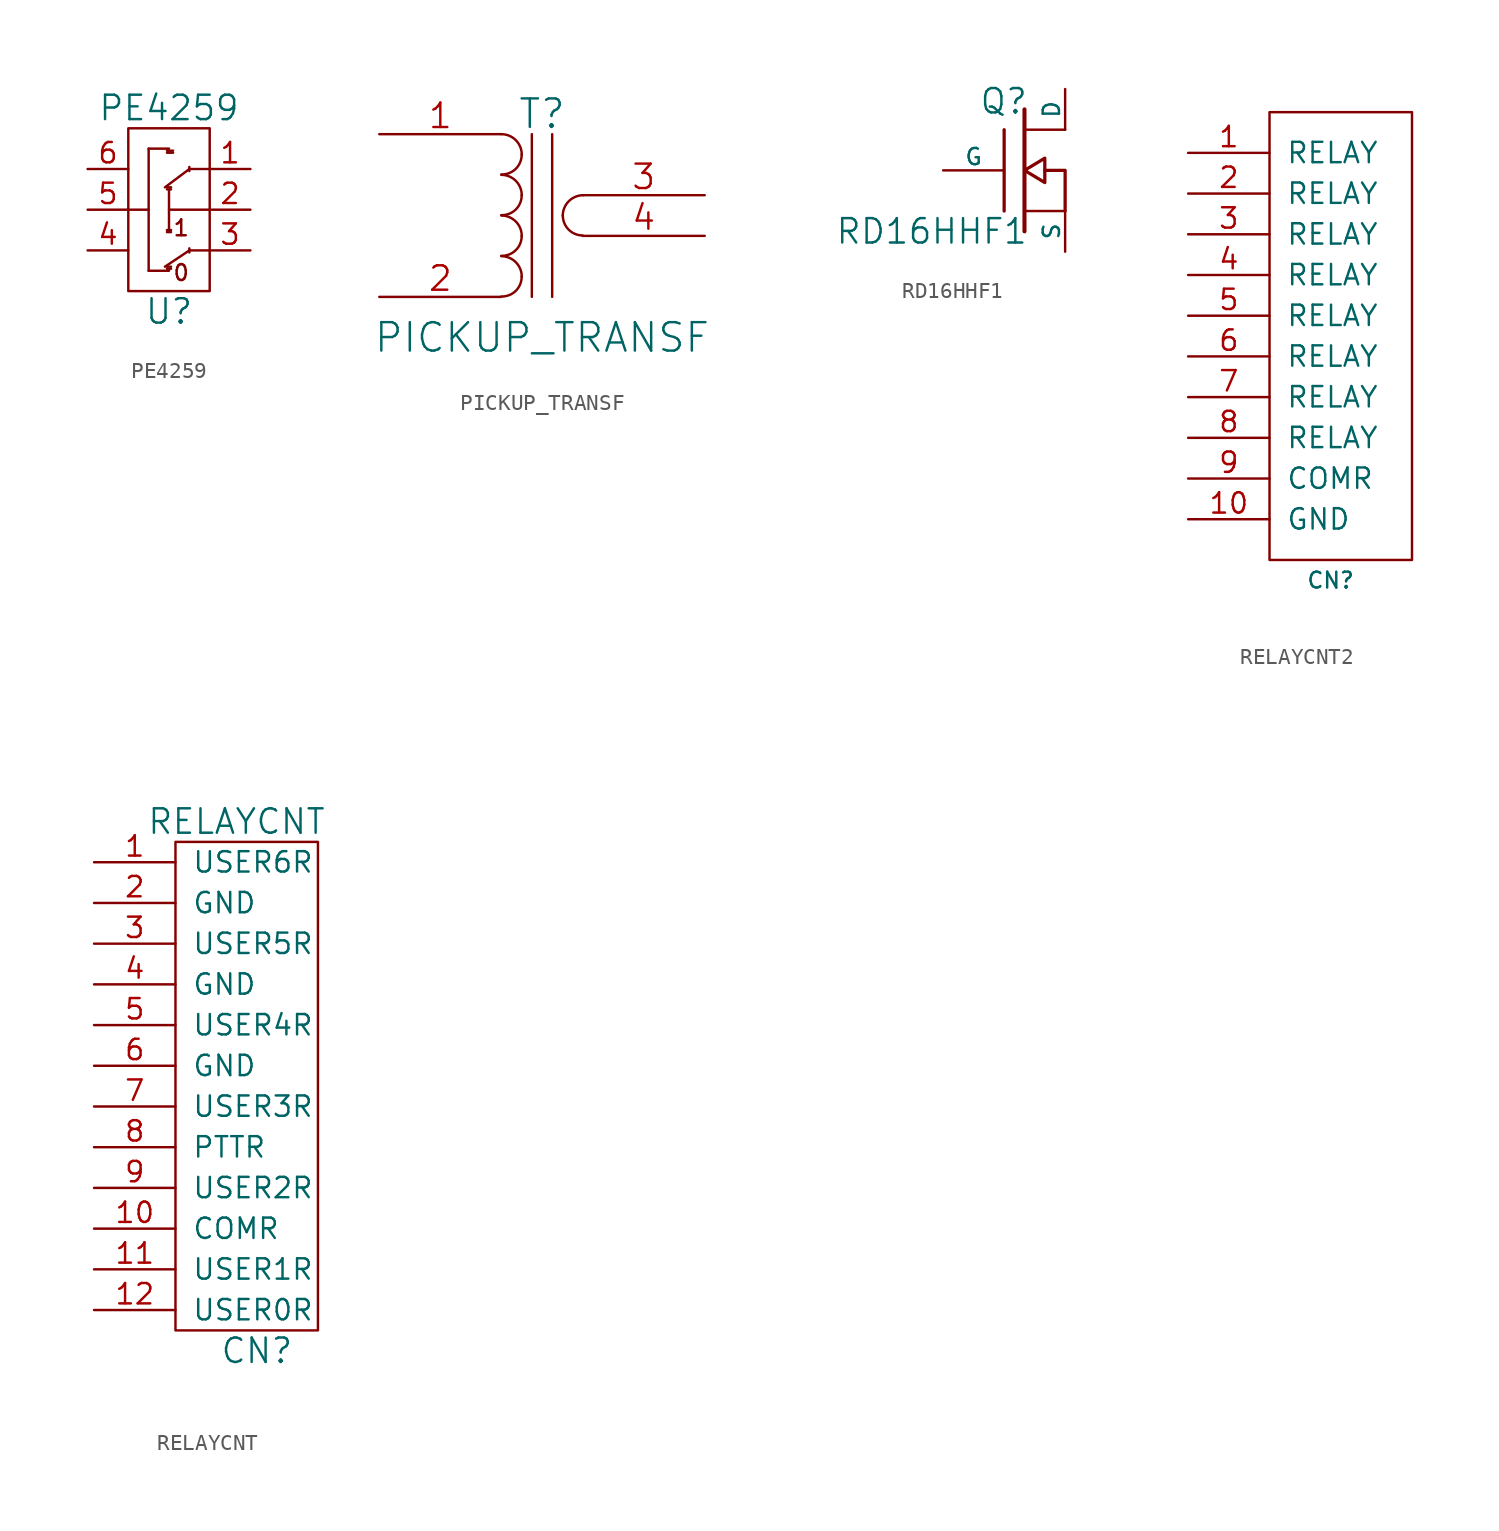
<source format=kicad_sym>
(kicad_symbol_lib
  (version 20210619)
  (generator kicad_symbol_editor)
  (symbol "hermeslite:PE4259"
    (pin_names
      (offset 1.016))
    (property "Reference" "U"
      (at 0 -6.35 0)
      (effects (font (size 1.524 1.524))))
    (property "Value" "PE4259"
      (at 0 6.35 0)
      (effects (font (size 1.524 1.524))))
    (property "Footprint" ""
      (at 0 0 0)
      (effects (font (size 1.524 1.524))))
    (property "Datasheet" ""
      (at 0 0 0)
      (effects (font (size 1.524 1.524))))
    (symbol "PE4259_0_0"
      (text "0" (at 0.762 -3.937 0) (effects (font (size 0.991 0.991))))
      (text "1" (at 0.762 -1.143 0) (effects (font (size 0.991 0.991))))
      (rectangle (start -2.54 5.08) (end 2.54 -5.08) (stroke (width 0)) (fill (type none))))
    (symbol "PE4259_0_1"
      (polyline (pts (xy -2.54 0) (xy -1.27 0)) (stroke (width 0)) (fill (type none)))
      (polyline (pts (xy -1.27 -3.81) (xy 0 -3.81)) (stroke (width 0)) (fill (type none)))
      (polyline (pts (xy -1.27 3.81) (xy -1.27 -3.81)) (stroke (width 0)) (fill (type none)))
      (polyline (pts (xy -1.27 3.81) (xy 0 3.81)) (stroke (width 0)) (fill (type none)))
      (polyline (pts (xy -0.127 -3.683) (xy 0.127 -3.683)) (stroke (width 0)) (fill (type none)))
      (polyline (pts (xy -0.127 -3.556) (xy 0.127 -3.556)) (stroke (width 0)) (fill (type none)))
      (polyline (pts (xy -0.127 -1.397) (xy 0.127 -1.397)) (stroke (width 0)) (fill (type none)))
      (polyline (pts (xy -0.127 -1.27) (xy 0.127 -1.27)) (stroke (width 0)) (fill (type none)))
      (polyline (pts (xy -0.127 1.27) (xy 0.127 1.27)) (stroke (width 0)) (fill (type none)))
      (polyline (pts (xy -0.127 1.397) (xy 0.127 1.397)) (stroke (width 0)) (fill (type none)))
      (polyline (pts (xy -0.127 3.556) (xy 0.254 3.556)) (stroke (width 0)) (fill (type none)))
      (polyline (pts (xy -0.127 3.683) (xy 0.254 3.683)) (stroke (width 0)) (fill (type none)))
      (polyline (pts (xy 0 0) (xy 2.54 0)) (stroke (width 0)) (fill (type none)))
      (polyline (pts (xy 0 1.27) (xy 0 -1.27)) (stroke (width 0)) (fill (type none)))
      (polyline (pts (xy 1.27 -2.54) (xy -0.254 -3.556)) (stroke (width 0)) (fill (type none)))
      (polyline (pts (xy 1.27 -2.54) (xy 2.54 -2.54)) (stroke (width 0)) (fill (type none)))
      (polyline (pts (xy 1.27 -2.413) (xy 1.27 -2.667)) (stroke (width 0)) (fill (type none)))
      (polyline (pts (xy 1.27 2.54) (xy -0.254 1.397)) (stroke (width 0)) (fill (type none)))
      (polyline (pts (xy 1.27 2.54) (xy 2.54 2.54)) (stroke (width 0)) (fill (type none)))
      (polyline (pts (xy 1.27 2.667) (xy 1.27 2.413)) (stroke (width 0)) (fill (type none))))
    (symbol "PE4259_1_1"
      (pin input line (at 5.08 2.54 180) (length 2.54) (name "~" (effects (font (size 1.27 1.27)))) (number "1" (effects (font (size 1.27 1.27)))))
      (pin input line (at 5.08 0 180) (length 2.54) (name "~" (effects (font (size 1.27 1.27)))) (number "2" (effects (font (size 1.27 1.27)))))
      (pin input line (at 5.08 -2.54 180) (length 2.54) (name "~" (effects (font (size 1.27 1.27)))) (number "3" (effects (font (size 1.27 1.27)))))
      (pin input line (at -5.08 -2.54 0) (length 2.54) (name "~" (effects (font (size 1.27 1.27)))) (number "4" (effects (font (size 1.27 1.27)))))
      (pin input line (at -5.08 0 0) (length 2.54) (name "~" (effects (font (size 1.27 1.27)))) (number "5" (effects (font (size 1.27 1.27)))))
      (pin input line (at -5.08 2.54 0) (length 2.54) (name "~" (effects (font (size 1.27 1.27)))) (number "6" (effects (font (size 1.27 1.27)))))))
  (symbol "hermeslite:PICKUP_TRANSF"
    (pin_names
      (offset 1.016) hide)
    (property "Reference" "T"
      (at 0 6.35 0)
      (effects (font (size 1.778 1.778))))
    (property "Value" "PICKUP_TRANSF"
      (at 0 -7.62 0)
      (effects (font (size 1.778 1.778))))
    (property "Footprint" ""
      (at 0 0 0)
      (effects (font (size 1.524 1.524))))
    (property "Datasheet" ""
      (at 0 0 0)
      (effects (font (size 1.524 1.524))))
    (symbol "PICKUP_TRANSF_0_1"
      (arc (start -2.54 -2.54) (end -1.27 -3.81) (radius (at -2.54 -3.81) (length 1.27) (angles 89.9 0.1)) (stroke (width 0)) (fill (type none)))
      (arc (start -1.27 -3.81) (end -2.54 -5.0546) (radius (at -2.54 -3.81) (length 1.27) (angles -0.1 -89.9)) (stroke (width 0)) (fill (type none)))
      (arc (start -2.54 0) (end -1.27 -1.27) (radius (at -2.54 -1.27) (length 1.27) (angles 89.9 0.1)) (stroke (width 0)) (fill (type none)))
      (arc (start -1.27 -1.27) (end -2.54 -2.5146) (radius (at -2.54 -1.27) (length 1.27) (angles -0.1 -89.9)) (stroke (width 0)) (fill (type none)))
      (arc (start -2.54 2.54) (end -1.27 1.27) (radius (at -2.54 1.27) (length 1.27) (angles 89.9 0.1)) (stroke (width 0)) (fill (type none)))
      (arc (start -1.27 1.27) (end -2.54 0.0254) (radius (at -2.54 1.27) (length 1.27) (angles -0.1 -89.9)) (stroke (width 0)) (fill (type none)))
      (arc (start -2.54 5.08) (end -1.27 3.81) (radius (at -2.54 3.81) (length 1.27) (angles 89.9 0.1)) (stroke (width 0)) (fill (type none)))
      (arc (start -1.27 3.81) (end -2.54 2.5654) (radius (at -2.54 3.81) (length 1.27) (angles -0.1 -89.9)) (stroke (width 0)) (fill (type none)))
      (arc (start 2.54 1.27) (end 1.2954 0) (radius (at 2.54 0) (length 1.27) (angles 89.9 -179.9)) (stroke (width 0)) (fill (type none)))
      (arc (start 1.2954 0) (end 2.54 -1.2446) (radius (at 2.54 0) (length 1.27) (angles 179.9 -89.9)) (stroke (width 0)) (fill (type none)))
      (polyline (pts (xy -0.635 5.08) (xy -0.635 -5.08)) (stroke (width 0)) (fill (type none)))
      (polyline (pts (xy 0.635 -5.08) (xy 0.635 5.08)) (stroke (width 0)) (fill (type none))))
    (symbol "PICKUP_TRANSF_1_1"
      (pin passive line (at -10.16 5.08 0) (length 7.62) (name "AA" (effects (font (size 1.524 1.524)))) (number "1" (effects (font (size 1.524 1.524)))))
      (pin passive line (at -10.16 -5.08 0) (length 7.62) (name "AB" (effects (font (size 1.524 1.524)))) (number "2" (effects (font (size 1.524 1.524)))))
      (pin passive line (at 10.16 1.27 180) (length 7.62) (name "SB" (effects (font (size 1.524 1.524)))) (number "3" (effects (font (size 1.524 1.524)))))
      (pin passive line (at 10.16 -1.27 180) (length 7.62) (name "SA" (effects (font (size 1.524 1.524)))) (number "4" (effects (font (size 1.524 1.524)))))))
  (symbol "hermeslite:RD16HHF1"
    (pin_numbers hide)
    (pin_names
      (offset 0))
    (property "Reference" "Q"
      (at 0.254 4.318 0)
      (effects (font (size 1.524 1.524)) (justify right)))
    (property "Value" "RD16HHF1"
      (at 0.254 -3.81 0)
      (effects (font (size 1.524 1.524)) (justify right)))
    (property "Footprint" ""
      (at 0 0 0)
      (effects (font (size 1.524 1.524))))
    (property "Datasheet" ""
      (at 0 0 0)
      (effects (font (size 1.524 1.524))))
    (symbol "RD16HHF1_0_1"
      (polyline (pts (xy -1.27 -2.54) (xy -1.27 2.54)) (stroke (width 0.203)) (fill (type none)))
      (polyline (pts (xy 0 -3.81) (xy 0 3.81)) (stroke (width 0.254)) (fill (type none)))
      (polyline (pts (xy 2.54 -2.54) (xy 0 -2.54)) (stroke (width 0)) (fill (type none)))
      (polyline (pts (xy 2.54 2.54) (xy 0 2.54)) (stroke (width 0)) (fill (type none)))
      (polyline (pts (xy 2.54 -2.54) (xy 2.54 0) (xy 1.27 0)) (stroke (width 0.203)) (fill (type none)))
      (polyline (pts (xy 1.27 0.762) (xy 1.27 -0.762) (xy 0 0) (xy 1.27 0.762) (xy 1.27 0.762)) (stroke (width 0.203)) (fill (type none))))
    (symbol "RD16HHF1_1_1"
      (pin input line (at -5.08 0 0) (length 3.81) (name "G" (effects (font (size 1.016 1.016)))) (number "1" (effects (font (size 1.016 1.016)))))
      (pin passive line (at 2.54 -5.08 90) (length 2.54) (name "S" (effects (font (size 1.016 1.016)))) (number "2" (effects (font (size 1.016 1.016)))))
      (pin passive line (at 2.54 5.08 270) (length 2.54) (name "D" (effects (font (size 1.016 1.016)))) (number "3" (effects (font (size 1.016 1.016)))))))
  (symbol "hermeslite:RELAYCNT2"
    (pin_names
      (offset 1.016))
    (property "Reference" "CN"
      (at 3.81 -1.27 0)
      (effects (font (size 0.991 0.991))))
    (property "Footprint" ""
      (at 0 0 0)
      (effects (font (size 1.524 1.524))))
    (property "Datasheet" ""
      (at 0 0 0)
      (effects (font (size 1.524 1.524))))
    (symbol "RELAYCNT2_0_1"
      (rectangle (start 0 27.94) (end 8.89 0) (stroke (width 0)) (fill (type none))))
    (symbol "RELAYCNT2_1_1"
      (pin input line (at -5.08 25.4 0) (length 5.08) (name "RELAY" (effects (font (size 1.27 1.27)))) (number "1" (effects (font (size 1.27 1.27)))))
      (pin input line (at -5.08 2.54 0) (length 5.08) (name "GND" (effects (font (size 1.27 1.27)))) (number "10" (effects (font (size 1.27 1.27)))))
      (pin input line (at -5.08 22.86 0) (length 5.08) (name "RELAY" (effects (font (size 1.27 1.27)))) (number "2" (effects (font (size 1.27 1.27)))))
      (pin input line (at -5.08 20.32 0) (length 5.08) (name "RELAY" (effects (font (size 1.27 1.27)))) (number "3" (effects (font (size 1.27 1.27)))))
      (pin input line (at -5.08 17.78 0) (length 5.08) (name "RELAY" (effects (font (size 1.27 1.27)))) (number "4" (effects (font (size 1.27 1.27)))))
      (pin input line (at -5.08 15.24 0) (length 5.08) (name "RELAY" (effects (font (size 1.27 1.27)))) (number "5" (effects (font (size 1.27 1.27)))))
      (pin input line (at -5.08 12.7 0) (length 5.08) (name "RELAY" (effects (font (size 1.27 1.27)))) (number "6" (effects (font (size 1.27 1.27)))))
      (pin input line (at -5.08 10.16 0) (length 5.08) (name "RELAY" (effects (font (size 1.27 1.27)))) (number "7" (effects (font (size 1.27 1.27)))))
      (pin input line (at -5.08 7.62 0) (length 5.08) (name "RELAY" (effects (font (size 1.27 1.27)))) (number "8" (effects (font (size 1.27 1.27)))))
      (pin input line (at -5.08 5.08 0) (length 5.08) (name "COMR" (effects (font (size 1.27 1.27)))) (number "9" (effects (font (size 1.27 1.27)))))))
  (symbol "hermeslite:RELAYCNT"
    (pin_names
      (offset 1.016))
    (property "Reference" "CN"
      (at 5.08 -16.51 0)
      (effects (font (size 1.524 1.524))))
    (property "Value" "RELAYCNT"
      (at 3.81 16.51 0)
      (effects (font (size 1.524 1.524))))
    (property "Footprint" ""
      (at 0 3.81 0)
      (effects (font (size 1.524 1.524))))
    (property "Datasheet" ""
      (at 0 3.81 0)
      (effects (font (size 1.524 1.524))))
    (symbol "RELAYCNT_0_1"
      (rectangle (start 8.89 -15.24) (end 0 15.24) (stroke (width 0)) (fill (type none))))
    (symbol "RELAYCNT_1_1"
      (pin input line (at -5.08 13.97 0) (length 5.08) (name "USER6R" (effects (font (size 1.27 1.27)))) (number "1" (effects (font (size 1.27 1.27)))))
      (pin input line (at -5.08 -8.89 0) (length 5.08) (name "COMR" (effects (font (size 1.27 1.27)))) (number "10" (effects (font (size 1.27 1.27)))))
      (pin input line (at -5.08 -11.43 0) (length 5.08) (name "USER1R" (effects (font (size 1.27 1.27)))) (number "11" (effects (font (size 1.27 1.27)))))
      (pin input line (at -5.08 -13.97 0) (length 5.08) (name "USER0R" (effects (font (size 1.27 1.27)))) (number "12" (effects (font (size 1.27 1.27)))))
      (pin input line (at -5.08 11.43 0) (length 5.08) (name "GND" (effects (font (size 1.27 1.27)))) (number "2" (effects (font (size 1.27 1.27)))))
      (pin input line (at -5.08 8.89 0) (length 5.08) (name "USER5R" (effects (font (size 1.27 1.27)))) (number "3" (effects (font (size 1.27 1.27)))))
      (pin input line (at -5.08 6.35 0) (length 5.08) (name "GND" (effects (font (size 1.27 1.27)))) (number "4" (effects (font (size 1.27 1.27)))))
      (pin input line (at -5.08 3.81 0) (length 5.08) (name "USER4R" (effects (font (size 1.27 1.27)))) (number "5" (effects (font (size 1.27 1.27)))))
      (pin input line (at -5.08 1.27 0) (length 5.08) (name "GND" (effects (font (size 1.27 1.27)))) (number "6" (effects (font (size 1.27 1.27)))))
      (pin input line (at -5.08 -1.27 0) (length 5.08) (name "USER3R" (effects (font (size 1.27 1.27)))) (number "7" (effects (font (size 1.27 1.27)))))
      (pin input line (at -5.08 -3.81 0) (length 5.08) (name "PTTR" (effects (font (size 1.27 1.27)))) (number "8" (effects (font (size 1.27 1.27)))))
      (pin input line (at -5.08 -6.35 0) (length 5.08) (name "USER2R" (effects (font (size 1.27 1.27)))) (number "9" (effects (font (size 1.27 1.27))))))))
</source>
